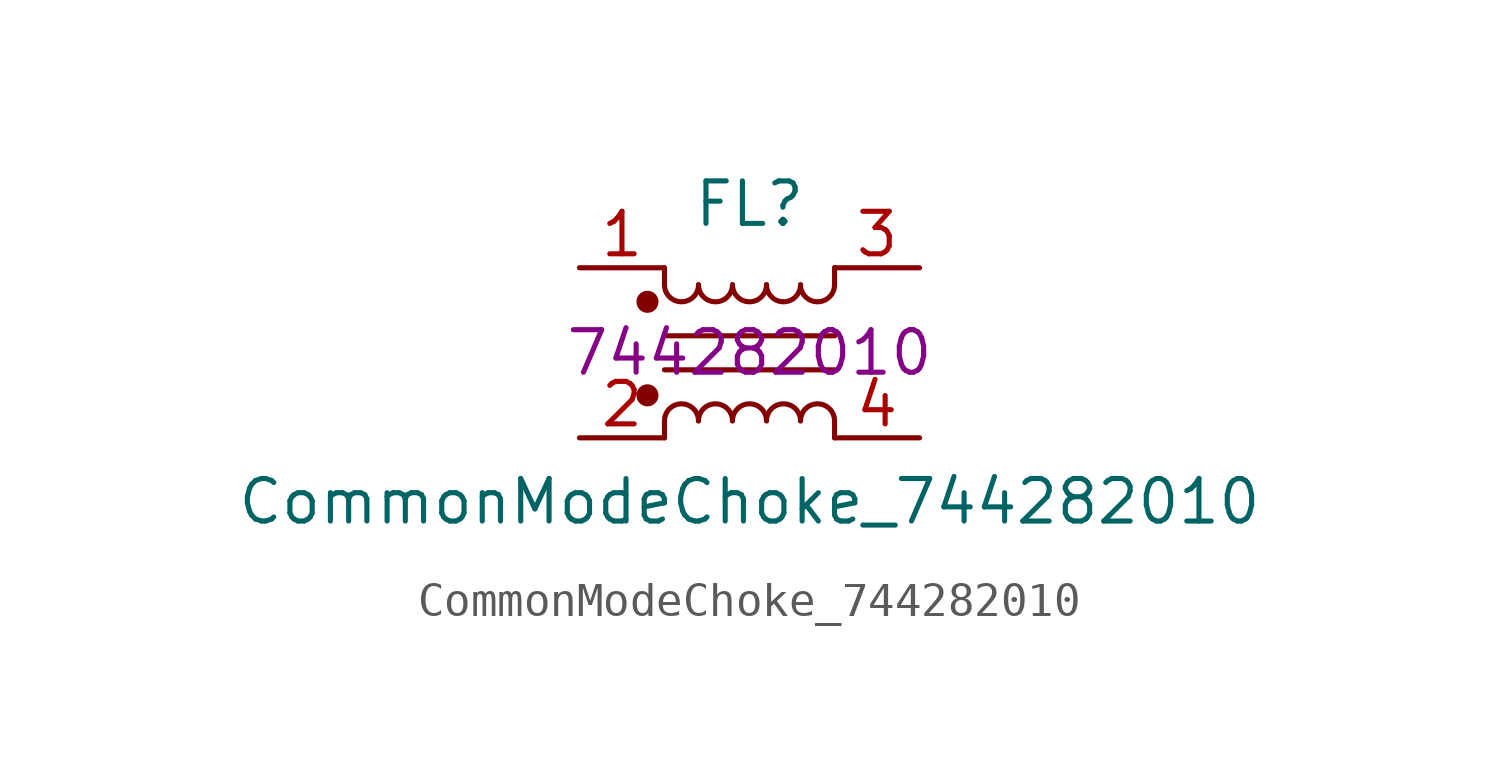
<source format=kicad_sym>
(kicad_symbol_lib
  (version 20220914)
  (generator kicad_symbol_editor)
  (symbol "CommonModeChoke_744282010"
    (pin_names
      (offset 0.254) hide)
    (property "Reference" "FL"
      (at 0 4.445 0)
      (effects (font (size 1.27 1.27))))
    (property "Value" "CommonModeChoke_744282010"
      (at 0 -4.445 0)
      (effects (font (size 1.27 1.27))))
    (property "MPN" "744282010"
      (at 0 0 0)
      (effects (font (size 1.27 1.27))))
    (symbol "CommonModeChoke_744282010_0_1"
      (circle (center -3.048 -1.27) (radius 0.254) (stroke (width 0) (type default)) (fill (type outline)))
      (circle (center -3.048 1.524) (radius 0.254) (stroke (width 0) (type default)) (fill (type outline)))
      (arc (start -2.54 2.032) (mid -2.032 1.5262) (end -1.524 2.032) (stroke (width 0) (type default)) (fill (type none)))
      (arc (start -1.524 -2.032) (mid -2.032 -1.5262) (end -2.54 -2.032) (stroke (width 0) (type default)) (fill (type none)))
      (arc (start -1.524 2.032) (mid -1.016 1.5262) (end -0.508 2.032) (stroke (width 0) (type default)) (fill (type none)))
      (arc (start -0.508 -2.032) (mid -1.016 -1.5262) (end -1.524 -2.032) (stroke (width 0) (type default)) (fill (type none)))
      (arc (start -0.508 2.032) (mid 0 1.5262) (end 0.508 2.032) (stroke (width 0) (type default)) (fill (type none)))
      (polyline (pts (xy -2.54 -2.032) (xy -2.54 -2.54)) (stroke (width 0) (type default)) (fill (type none)))
      (polyline (pts (xy -2.54 0.508) (xy 2.54 0.508)) (stroke (width 0) (type default)) (fill (type none)))
      (polyline (pts (xy -2.54 2.032) (xy -2.54 2.54)) (stroke (width 0) (type default)) (fill (type none)))
      (polyline (pts (xy 2.54 -2.032) (xy 2.54 -2.54)) (stroke (width 0) (type default)) (fill (type none)))
      (polyline (pts (xy 2.54 -0.508) (xy -2.54 -0.508)) (stroke (width 0) (type default)) (fill (type none)))
      (polyline (pts (xy 2.54 2.54) (xy 2.54 2.032)) (stroke (width 0) (type default)) (fill (type none)))
      (arc (start 0.508 -2.032) (mid 0 -1.5262) (end -0.508 -2.032) (stroke (width 0) (type default)) (fill (type none)))
      (arc (start 0.508 2.032) (mid 1.016 1.5262) (end 1.524 2.032) (stroke (width 0) (type default)) (fill (type none)))
      (arc (start 1.524 -2.032) (mid 1.016 -1.5262) (end 0.508 -2.032) (stroke (width 0) (type default)) (fill (type none)))
      (arc (start 1.524 2.032) (mid 2.032 1.5262) (end 2.54 2.032) (stroke (width 0) (type default)) (fill (type none)))
      (arc (start 2.54 -2.032) (mid 2.032 -1.5262) (end 1.524 -2.032) (stroke (width 0) (type default)) (fill (type none))))
    (symbol "CommonModeChoke_744282010_1_1"
      (pin passive line (at -5.08 2.54 0) (length 2.54) (name "1" (effects (font (size 1.27 1.27)))) (number "1" (effects (font (size 1.27 1.27)))))
      (pin passive line (at -5.08 -2.54 0) (length 2.54) (name "2" (effects (font (size 1.27 1.27)))) (number "2" (effects (font (size 1.27 1.27)))))
      (pin passive line (at 5.08 2.54 180) (length 2.54) (name "3" (effects (font (size 1.27 1.27)))) (number "3" (effects (font (size 1.27 1.27)))))
      (pin passive line (at 5.08 -2.54 180) (length 2.54) (name "4" (effects (font (size 1.27 1.27)))) (number "4" (effects (font (size 1.27 1.27))))))))
</source>
